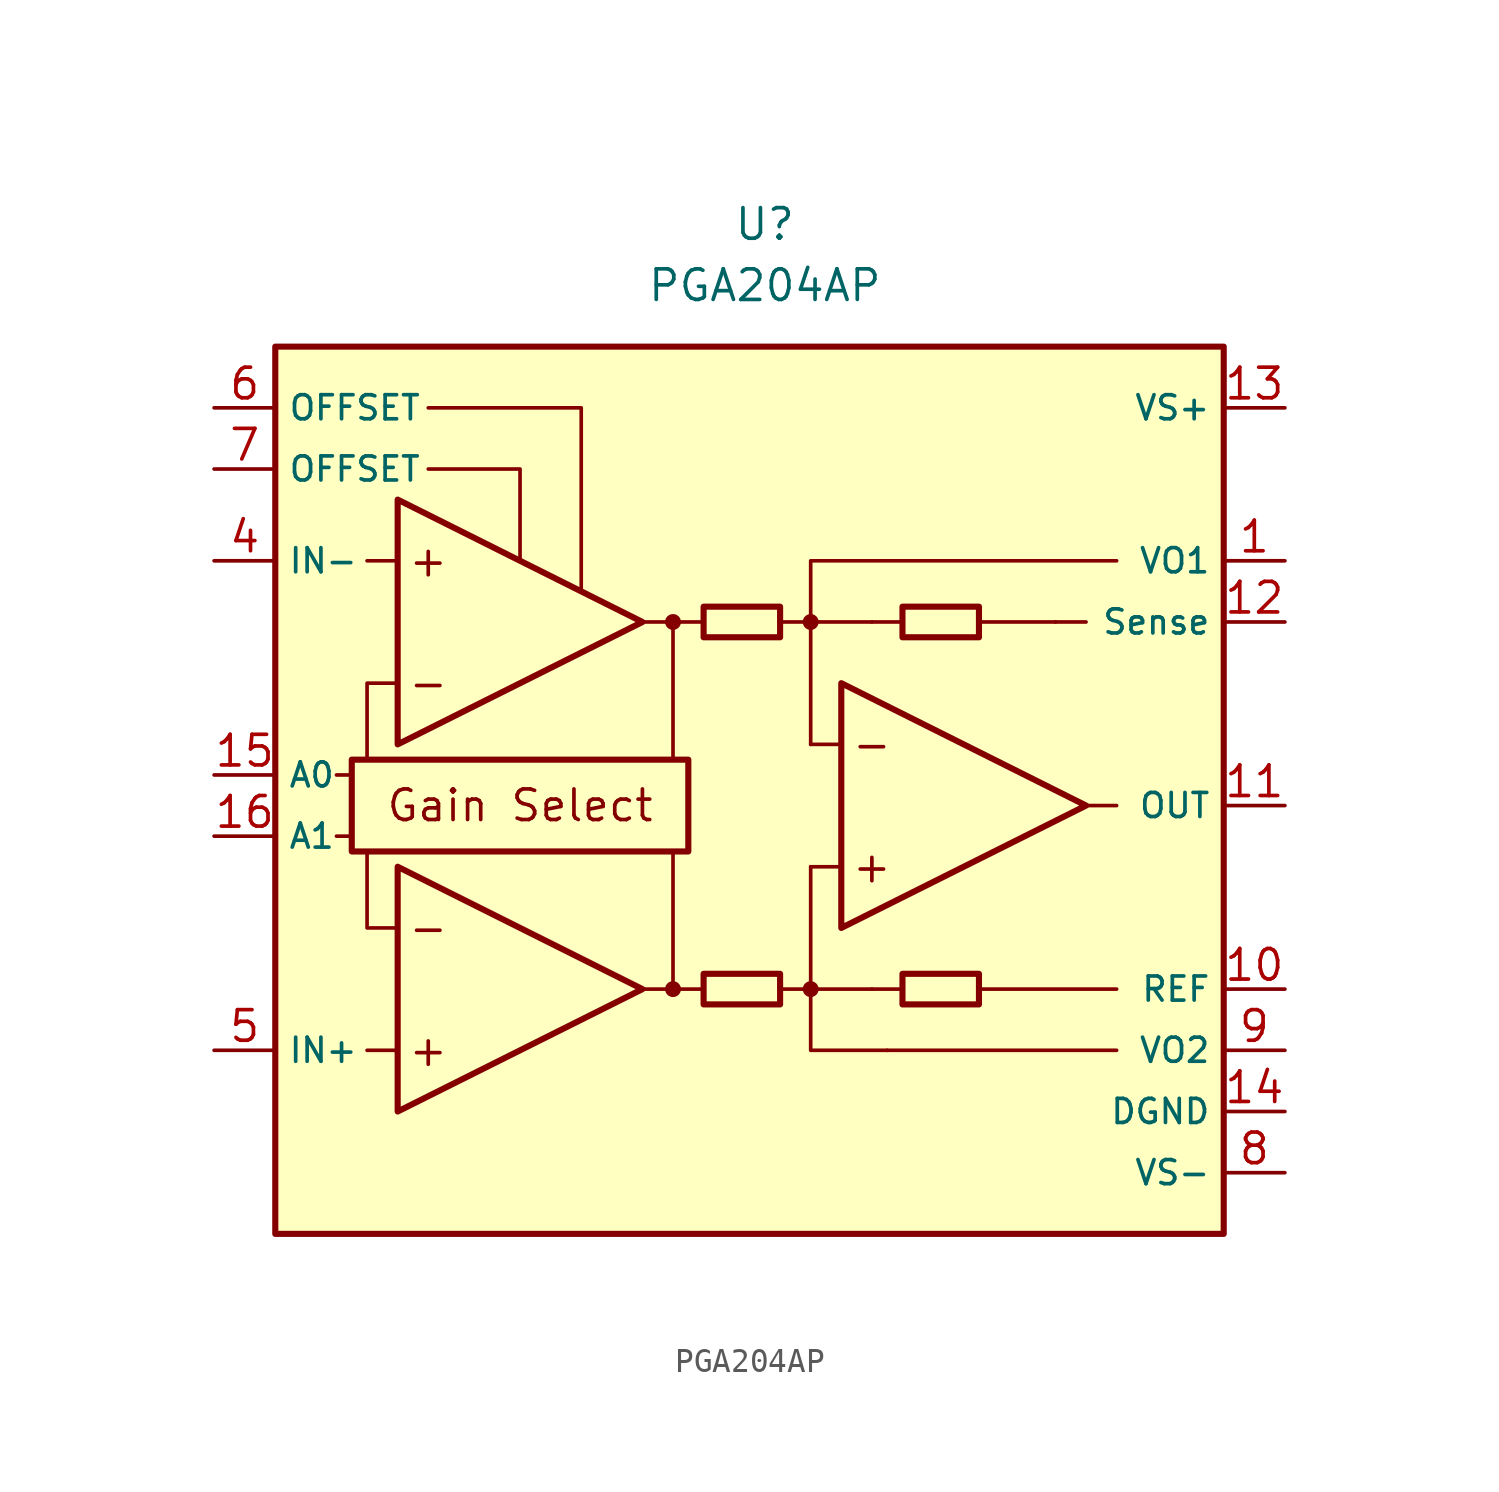
<source format=kicad_sym>
(kicad_symbol_lib
  (version 20211014)
  (generator kicad_symbol_editor)
  (symbol "PGA204AP"
    (property "Reference" "U"
      (at 0 22.86 0)
      (effects (font (size 1.27 1.27))))
    (property "Value" "PGA204AP"
      (at 0 20.32 0)
      (effects (font (size 1.27 1.27))))
    (symbol "PGA204AP_0_0"
      (rectangle (start -20.32 17.78) (end 19.05 -19.05) (stroke (width 0.254) (type default) (color 0 0 0 0)) (fill (type background)))
      (rectangle (start -17.145 0.635) (end -3.175 -3.175) (stroke (width 0.254) (type default) (color 0 0 0 0)) (fill (type none)))
      (circle (center -3.81 -8.89) (radius 0.254) (stroke (width 0.152) (type default) (color 0 0 0 0)) (fill (type outline)))
      (circle (center -3.81 6.35) (radius 0.254) (stroke (width 0.152) (type default) (color 0 0 0 0)) (fill (type outline)))
      (polyline (pts (xy -1.27 -8.89)) (stroke (width 0.152) (type default) (color 0 0 0 0)) (fill (type none)))
      (polyline (pts (xy -1.27 6.35)) (stroke (width 0.152) (type default) (color 0 0 0 0)) (fill (type none)))
      (polyline (pts (xy 5.715 6.35)) (stroke (width 0.152) (type default) (color 0 0 0 0)) (fill (type none)))
      (polyline (pts (xy -17.145 -2.54) (xy -17.78 -2.54)) (stroke (width 0.152) (type default) (color 0 0 0 0)) (fill (type none)))
      (polyline (pts (xy -17.145 0) (xy -17.78 0)) (stroke (width 0.152) (type default) (color 0 0 0 0)) (fill (type none)))
      (polyline (pts (xy -15.24 -11.43) (xy -16.51 -11.43)) (stroke (width 0.152) (type default) (color 0 0 0 0)) (fill (type none)))
      (polyline (pts (xy -15.24 8.89) (xy -16.51 8.89)) (stroke (width 0.152) (type default) (color 0 0 0 0)) (fill (type none)))
      (polyline (pts (xy -5.08 -8.89) (xy -2.54 -8.89)) (stroke (width 0.152) (type default) (color 0 0 0 0)) (fill (type none)))
      (polyline (pts (xy -5.08 6.35) (xy -2.54 6.35)) (stroke (width 0.152) (type default) (color 0 0 0 0)) (fill (type none)))
      (polyline (pts (xy -3.81 -8.89) (xy -3.81 -3.175)) (stroke (width 0.152) (type default) (color 0 0 0 0)) (fill (type none)))
      (polyline (pts (xy -3.81 0.635) (xy -3.81 6.35)) (stroke (width 0.152) (type default) (color 0 0 0 0)) (fill (type none)))
      (polyline (pts (xy 0.635 -8.89) (xy 1.905 -8.89)) (stroke (width 0.152) (type default) (color 0 0 0 0)) (fill (type none)))
      (polyline (pts (xy 0.635 6.35) (xy 1.905 6.35)) (stroke (width 0.152) (type default) (color 0 0 0 0)) (fill (type none)))
      (polyline (pts (xy 3.175 -3.81) (xy 1.905 -3.81)) (stroke (width 0.152) (type default) (color 0 0 0 0)) (fill (type none)))
      (polyline (pts (xy 3.175 1.27) (xy 1.905 1.27)) (stroke (width 0.152) (type default) (color 0 0 0 0)) (fill (type none)))
      (polyline (pts (xy 4.445 -8.89) (xy 1.905 -8.89)) (stroke (width 0.152) (type default) (color 0 0 0 0)) (fill (type none)))
      (polyline (pts (xy 4.445 -8.89) (xy 5.715 -8.89)) (stroke (width 0.152) (type default) (color 0 0 0 0)) (fill (type none)))
      (polyline (pts (xy 4.445 6.35) (xy 1.905 6.35)) (stroke (width 0.152) (type default) (color 0 0 0 0)) (fill (type none)))
      (polyline (pts (xy 4.445 6.35) (xy 5.715 6.35)) (stroke (width 0.152) (type default) (color 0 0 0 0)) (fill (type none)))
      (polyline (pts (xy 8.89 -8.89) (xy 14.605 -8.89)) (stroke (width 0.152) (type default) (color 0 0 0 0)) (fill (type none)))
      (polyline (pts (xy 8.89 6.35) (xy 12.065 6.35)) (stroke (width 0.152) (type default) (color 0 0 0 0)) (fill (type none)))
      (polyline (pts (xy 12.065 6.35) (xy 13.335 6.35)) (stroke (width 0.152) (type default) (color 0 0 0 0)) (fill (type none)))
      (polyline (pts (xy 13.335 -1.27) (xy 14.605 -1.27)) (stroke (width 0.152) (type default) (color 0 0 0 0)) (fill (type none)))
      (polyline (pts (xy 14.605 -11.43) (xy 5.08 -11.43)) (stroke (width 0.152) (type default) (color 0 0 0 0)) (fill (type none)))
      (polyline (pts (xy -16.51 -3.175) (xy -16.51 -6.35) (xy -15.24 -6.35)) (stroke (width 0.152) (type default) (color 0 0 0 0)) (fill (type none)))
      (polyline (pts (xy -15.24 3.81) (xy -16.51 3.81) (xy -16.51 0.635)) (stroke (width 0.152) (type default) (color 0 0 0 0)) (fill (type none)))
      (polyline (pts (xy -13.97 12.7) (xy -10.16 12.7) (xy -10.16 8.89)) (stroke (width 0.152) (type default) (color 0 0 0 0)) (fill (type none)))
      (polyline (pts (xy -7.62 7.62) (xy -7.62 15.24) (xy -13.97 15.24)) (stroke (width 0.152) (type default) (color 0 0 0 0)) (fill (type none)))
      (polyline (pts (xy 1.905 -3.81) (xy 1.905 -11.43) (xy 5.08 -11.43)) (stroke (width 0.152) (type default) (color 0 0 0 0)) (fill (type none)))
      (polyline (pts (xy 14.605 8.89) (xy 1.905 8.89) (xy 1.905 1.27)) (stroke (width 0.152) (type default) (color 0 0 0 0)) (fill (type none)))
      (circle (center 1.905 -8.89) (radius 0.254) (stroke (width 0.152) (type default) (color 0 0 0 0)) (fill (type outline)))
      (circle (center 1.905 6.35) (radius 0.254) (stroke (width 0.152) (type default) (color 0 0 0 0)) (fill (type outline)))
      (text "+" (at -13.97 -11.43 0) (effects (font (size 1.27 1.27))))
      (text "+" (at -13.97 8.89 0) (effects (font (size 1.27 1.27))))
      (text "+" (at 4.445 -3.81 0) (effects (font (size 1.27 1.27))))
      (text "-" (at -13.97 -6.35 0) (effects (font (size 1.27 1.27))))
      (text "-" (at -13.97 3.81 0) (effects (font (size 1.27 1.27))))
      (text "-" (at 4.445 1.27 0) (effects (font (size 1.27 1.27))))
      (text "Gain Select" (at -10.16 -1.27 0) (effects (font (size 1.27 1.27)))))
    (symbol "PGA204AP_0_1"
      (rectangle (start -2.54 -8.255) (end 0.635 -9.525) (stroke (width 0.254) (type default) (color 0 0 0 0)) (fill (type none)))
      (rectangle (start -2.54 6.985) (end 0.635 5.715) (stroke (width 0.254) (type default) (color 0 0 0 0)) (fill (type none)))
      (polyline (pts (xy -15.24 -3.81) (xy -15.24 -13.97) (xy -5.08 -8.89) (xy -15.24 -3.81)) (stroke (width 0.254) (type default) (color 0 0 0 0)) (fill (type background)))
      (polyline (pts (xy -15.24 11.43) (xy -15.24 1.27) (xy -5.08 6.35) (xy -15.24 11.43)) (stroke (width 0.254) (type default) (color 0 0 0 0)) (fill (type background)))
      (polyline (pts (xy 3.175 3.81) (xy 3.175 -6.35) (xy 13.335 -1.27) (xy 3.175 3.81)) (stroke (width 0.254) (type default) (color 0 0 0 0)) (fill (type background)))
      (rectangle (start 5.715 -8.255) (end 8.89 -9.525) (stroke (width 0.254) (type default) (color 0 0 0 0)) (fill (type none)))
      (rectangle (start 5.715 6.985) (end 8.89 5.715) (stroke (width 0.254) (type default) (color 0 0 0 0)) (fill (type none))))
    (symbol "PGA204AP_1_1"
      (pin passive line (at 21.59 8.89 180) (length 2.54) (name "VO1" (effects (font (size 1 1)))) (number "1" (effects (font (size 1.27 1.27)))))
      (pin passive line (at 21.59 -8.89 180) (length 2.54) (name "REF" (effects (font (size 1 1)))) (number "10" (effects (font (size 1.27 1.27)))))
      (pin output line (at 21.59 -1.27 180) (length 2.54) (name "OUT" (effects (font (size 1 1)))) (number "11" (effects (font (size 1.27 1.27)))))
      (pin passive line (at 21.59 6.35 180) (length 2.54) (name "Sense" (effects (font (size 1 1)))) (number "12" (effects (font (size 1.27 1.27)))))
      (pin power_in line (at 21.59 15.24 180) (length 2.54) (name "VS+" (effects (font (size 1 1)))) (number "13" (effects (font (size 1.27 1.27)))))
      (pin power_in line (at 21.59 -13.97 180) (length 2.54) (name "DGND" (effects (font (size 1 1)))) (number "14" (effects (font (size 1.27 1.27)))))
      (pin input line (at -22.86 0 0) (length 2.54) (name "A0" (effects (font (size 1 1)))) (number "15" (effects (font (size 1.27 1.27)))))
      (pin input line (at -22.86 -2.54 0) (length 2.54) (name "A1" (effects (font (size 1 1)))) (number "16" (effects (font (size 1.27 1.27)))))
      (pin no_connect line (at -1.27 -12.7 0) (length 2.54) hide (name "NC" (effects (font (size 1.27 1.27)))) (number "2" (effects (font (size 1.27 1.27)))))
      (pin no_connect line (at -1.27 -15.24 0) (length 2.54) hide (name "NC" (effects (font (size 1.27 1.27)))) (number "3" (effects (font (size 1.27 1.27)))))
      (pin input line (at -22.86 8.89 0) (length 2.54) (name "IN-" (effects (font (size 1 1)))) (number "4" (effects (font (size 1.27 1.27)))))
      (pin input line (at -22.86 -11.43 0) (length 2.54) (name "IN+" (effects (font (size 1 1)))) (number "5" (effects (font (size 1.27 1.27)))))
      (pin passive line (at -22.86 15.24 0) (length 2.54) (name "OFFSET" (effects (font (size 1 1)))) (number "6" (effects (font (size 1.27 1.27)))))
      (pin passive line (at -22.86 12.7 0) (length 2.54) (name "OFFSET" (effects (font (size 1 1)))) (number "7" (effects (font (size 1.27 1.27)))))
      (pin power_in line (at 21.59 -16.51 180) (length 2.54) (name "VS-" (effects (font (size 1 1)))) (number "8" (effects (font (size 1.27 1.27)))))
      (pin passive line (at 21.59 -11.43 180) (length 2.54) (name "VO2" (effects (font (size 1 1)))) (number "9" (effects (font (size 1.27 1.27))))))))
</source>
